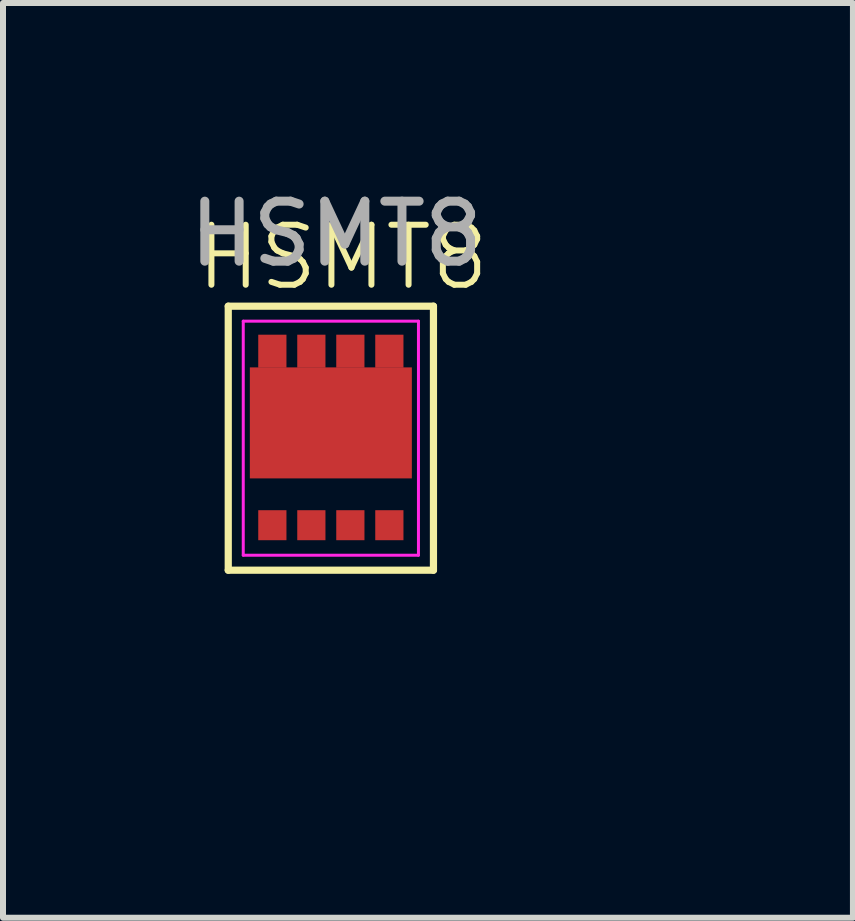
<source format=kicad_pcb>
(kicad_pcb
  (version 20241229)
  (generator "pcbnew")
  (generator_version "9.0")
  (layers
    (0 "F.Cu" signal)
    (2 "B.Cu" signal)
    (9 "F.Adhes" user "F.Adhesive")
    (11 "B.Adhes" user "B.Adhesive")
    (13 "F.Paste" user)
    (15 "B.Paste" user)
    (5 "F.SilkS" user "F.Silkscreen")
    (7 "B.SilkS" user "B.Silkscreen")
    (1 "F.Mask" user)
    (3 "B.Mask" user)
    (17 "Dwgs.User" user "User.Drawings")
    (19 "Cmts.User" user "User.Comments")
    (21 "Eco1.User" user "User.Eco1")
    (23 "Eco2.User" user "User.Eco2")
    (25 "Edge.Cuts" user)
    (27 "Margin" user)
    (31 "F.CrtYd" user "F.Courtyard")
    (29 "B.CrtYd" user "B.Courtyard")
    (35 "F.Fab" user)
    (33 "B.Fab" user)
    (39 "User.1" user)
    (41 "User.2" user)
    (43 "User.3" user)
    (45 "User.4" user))
  (footprint "HSMT8"
    (layer "F.Cu")
    (at 2.474 4.278)
    (property "Reference" "HSMT8" (at 0.19 -3.04 0) (unlocked yes) (layer "F.SilkS") (effects (font (size 1 1) (thickness 0.1))))
    (attr smd)
    (fp_line (start -1.72 -2.225) (end 1.7 -2.225) (stroke (width 0.12) (type default)) (layer "F.SilkS"))
    (fp_line (start -1.72 2.175) (end -1.72 -2.225) (stroke (width 0.12) (type default)) (layer "F.SilkS"))
    (fp_line (start 1.7 -2.225) (end 1.7 2.175) (stroke (width 0.12) (type default)) (layer "F.SilkS"))
    (fp_line (start 1.7 2.175) (end -1.72 2.175) (stroke (width 0.12) (type default)) (layer "F.SilkS"))
    (fp_line (start -1.47 -1.975) (end 1.45 -1.975) (stroke (width 0.05) (type default)) (layer "F.CrtYd"))
    (fp_line (start -1.47 1.925) (end -1.47 -1.975) (stroke (width 0.05) (type default)) (layer "F.CrtYd"))
    (fp_line (start 1.45 -1.975) (end 1.45 1.925) (stroke (width 0.05) (type default)) (layer "F.CrtYd"))
    (fp_line (start 1.45 1.925) (end -1.47 1.925) (stroke (width 0.05) (type default)) (layer "F.CrtYd"))
    (fp_text user "${REFERENCE}" (at 0.08 -3.43 0) (unlocked yes) (layer "F.Fab") (effects (font (size 1 1) (thickness 0.15))))
    (dimension (type aligned) (layer "User.1") (pts (xy 3.204 5.953) (xy 3.674 5.953)) (height 2.7) (format (prefix "") (suffix "") (units 3) (units_format 1) (precision 4)) (style (thickness 0.01) (arrow_length 1.27) (text_position_mode 0) (arrow_direction outward) (extension_height 0.586) (extension_offset 0.5) (keep_text_aligned yes)) (gr_text "0.4700 mm" (at 3.439 8.543 0) (layer "User.1") (effects (font (size 0.1 0.1) (thickness 0.01)))))
    (dimension (type aligned) (layer "User.1") (pts (xy 3.674 2.553) (xy 3.674 4.948)) (height -2.17) (format (prefix "") (suffix "") (units 3) (units_format 1) (precision 4)) (style (thickness 0.01) (arrow_length 1.27) (text_position_mode 0) (arrow_direction outward) (extension_height 0.586) (extension_offset 0.5) (keep_text_aligned yes)) (gr_text "2.3950 mm" (at 5.734 3.751 90) (layer "User.1") (effects (font (size 0.1 0.1) (thickness 0.01)))))
    (dimension (type aligned) (layer "User.1") (pts (xy 3.674 2.553) (xy 3.674 5.953)) (height -3.9) (format (prefix "") (suffix "") (units 3) (units_format 1) (precision 4)) (style (thickness 0.01) (arrow_length 1.27) (text_position_mode 0) (arrow_direction outward) (extension_height 0.586) (extension_offset 0.5) (keep_text_aligned yes)) (gr_text "3.4000 mm" (at 7.464 4.253 90) (layer "User.1") (effects (font (size 0.1 0.1) (thickness 0.01)))))
    (pad "1" smd rect (at -0.985 1.425) (size 0.47 0.5) (layers "F.Cu" "F.Mask" "F.Paste"))
    (pad "2" smd rect (at -0.335 1.425) (size 0.47 0.5) (layers "F.Cu" "F.Mask" "F.Paste"))
    (pad "3" smd rect (at 0.315 1.425) (size 0.47 0.5) (layers "F.Cu" "F.Mask" "F.Paste"))
    (pad "4" smd rect (at 0.965 1.425) (size 0.47 0.5) (layers "F.Cu" "F.Mask" "F.Paste"))
    (pad "5" smd rect (at -0.985 -1.475) (size 0.47 0.55) (layers "F.Cu" "F.Mask" "F.Paste"))
    (pad "5" smd rect (at -0.335 -1.475) (size 0.47 0.55) (layers "F.Cu" "F.Mask" "F.Paste"))
    (pad "5" smd rect (at -0.01 -0.28) (size 2.7 1.85) (layers "F.Cu" "F.Mask" "F.Paste"))
    (pad "5" smd rect (at 0.315 -1.475) (size 0.47 0.55) (layers "F.Cu" "F.Mask" "F.Paste"))
    (pad "5" smd rect (at 0.965 -1.475) (size 0.47 0.55) (layers "F.Cu" "F.Mask" "F.Paste")))
  (gr_rect
    (start -3 -3)
    (end 11.165 12.245)
    (stroke (width 0.1) (type default))
    (fill no)
    (layer "Edge.Cuts")))
</source>
